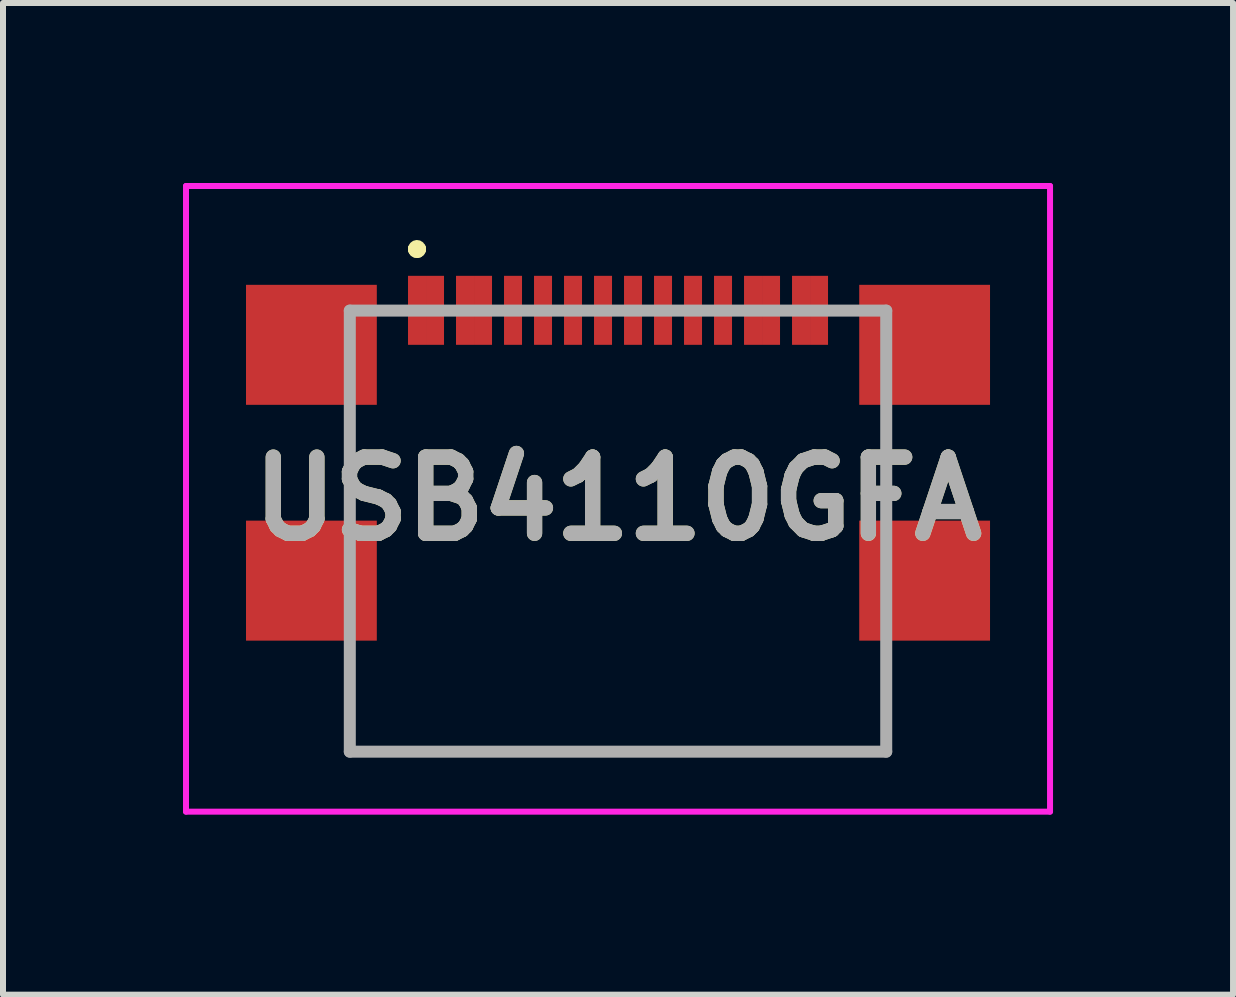
<source format=kicad_pcb>
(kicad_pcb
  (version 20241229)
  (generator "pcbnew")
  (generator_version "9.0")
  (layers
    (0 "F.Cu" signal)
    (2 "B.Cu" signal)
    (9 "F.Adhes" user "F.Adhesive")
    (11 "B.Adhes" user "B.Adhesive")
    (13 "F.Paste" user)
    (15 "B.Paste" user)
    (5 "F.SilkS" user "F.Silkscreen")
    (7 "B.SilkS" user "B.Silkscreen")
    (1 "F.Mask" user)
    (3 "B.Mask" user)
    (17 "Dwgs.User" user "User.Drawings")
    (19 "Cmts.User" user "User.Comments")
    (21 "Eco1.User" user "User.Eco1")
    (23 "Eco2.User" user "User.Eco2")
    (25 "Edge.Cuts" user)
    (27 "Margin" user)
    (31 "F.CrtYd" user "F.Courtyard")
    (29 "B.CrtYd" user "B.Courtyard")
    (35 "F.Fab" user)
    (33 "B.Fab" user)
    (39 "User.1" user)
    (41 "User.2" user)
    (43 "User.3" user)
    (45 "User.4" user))
  (footprint "USB4110GFA"
    (layer "F.Cu")
    (at 7.25 5.8)
    (property "Reference" "USB4110GFA" (at 0 -0.536 0) (layer "F.SilkS") (effects (font (size 1.27 1.27) (thickness 0.254))))
    (attr through_hole)
    (fp_line (start -4.5 -1.5) (end -4.5 -0.75) (stroke (width 0.1) (type solid)) (layer "F.SilkS"))
    (fp_line (start -4.5 -0.75) (end -4.47 -0.75) (stroke (width 0.1) (type solid)) (layer "F.SilkS"))
    (fp_line (start -4.47 -1.5) (end -4.5 -1.5) (stroke (width 0.1) (type solid)) (layer "F.SilkS"))
    (fp_line (start -4.47 -0.75) (end -4.47 -1.5) (stroke (width 0.1) (type solid)) (layer "F.SilkS"))
    (fp_line (start -4.47 2.5) (end -4.47 2.5) (stroke (width 0.1) (type solid)) (layer "F.SilkS"))
    (fp_line (start -4.47 2.5) (end -4.47 3.677) (stroke (width 0.1) (type solid)) (layer "F.SilkS"))
    (fp_line (start -4.47 3.677) (end -4.47 2.5) (stroke (width 0.1) (type solid)) (layer "F.SilkS"))
    (fp_line (start -4.47 3.677) (end -4.47 3.677) (stroke (width 0.1) (type solid)) (layer "F.SilkS"))
    (fp_line (start -4.47 3.677) (end -4.47 3.677) (stroke (width 0.1) (type solid)) (layer "F.SilkS"))
    (fp_line (start -4.47 3.677) (end 4.47 3.677) (stroke (width 0.1) (type solid)) (layer "F.SilkS"))
    (fp_line (start -3.4 -4.7) (end -3.4 -4.7) (stroke (width 0.2) (type solid)) (layer "F.SilkS"))
    (fp_line (start -3.4 -4.7) (end -3.4 -4.7) (stroke (width 0.2) (type solid)) (layer "F.SilkS"))
    (fp_line (start -3.3 -4.7) (end -3.3 -4.7) (stroke (width 0.2) (type solid)) (layer "F.SilkS"))
    (fp_line (start 4.47 -1.75) (end 4.47 -1.75) (stroke (width 0.1) (type solid)) (layer "F.SilkS"))
    (fp_line (start 4.47 -1.75) (end 4.47 -0.75) (stroke (width 0.1) (type solid)) (layer "F.SilkS"))
    (fp_line (start 4.47 -0.75) (end 4.47 -1.75) (stroke (width 0.1) (type solid)) (layer "F.SilkS"))
    (fp_line (start 4.47 -0.75) (end 4.47 -0.75) (stroke (width 0.1) (type solid)) (layer "F.SilkS"))
    (fp_line (start 4.47 2.25) (end 4.47 2.25) (stroke (width 0.1) (type solid)) (layer "F.SilkS"))
    (fp_line (start 4.47 2.25) (end 4.47 3.677) (stroke (width 0.1) (type solid)) (layer "F.SilkS"))
    (fp_line (start 4.47 3.677) (end -4.47 3.677) (stroke (width 0.1) (type solid)) (layer "F.SilkS"))
    (fp_line (start 4.47 3.677) (end 4.47 2.25) (stroke (width 0.1) (type solid)) (layer "F.SilkS"))
    (fp_line (start 4.47 3.677) (end 4.47 3.677) (stroke (width 0.1) (type solid)) (layer "F.SilkS"))
    (fp_line (start 4.47 3.677) (end 4.47 3.677) (stroke (width 0.1) (type solid)) (layer "F.SilkS"))
    (fp_arc (start -3.4 -4.7) (mid -3.35 -4.75) (end -3.3 -4.7) (stroke (width 0.2) (type solid)) (layer "F.SilkS"))
    (fp_arc (start -3.3 -4.7) (mid -3.35 -4.65) (end -3.4 -4.7) (stroke (width 0.2) (type solid)) (layer "F.SilkS"))
    (fp_arc (start -3.3 -4.7) (mid -3.35 -4.65) (end -3.4 -4.7) (stroke (width 0.2) (type solid)) (layer "F.SilkS"))
    (fp_line (start -7.2 -5.75) (end 7.2 -5.75) (stroke (width 0.1) (type solid)) (layer "F.CrtYd"))
    (fp_line (start -7.2 4.677) (end -7.2 -5.75) (stroke (width 0.1) (type solid)) (layer "F.CrtYd"))
    (fp_line (start 7.2 -5.75) (end 7.2 4.677) (stroke (width 0.1) (type solid)) (layer "F.CrtYd"))
    (fp_line (start 7.2 4.677) (end -7.2 4.677) (stroke (width 0.1) (type solid)) (layer "F.CrtYd"))
    (fp_line (start -4.47 -3.673) (end -4.47 3.677) (stroke (width 0.2) (type solid)) (layer "F.Fab"))
    (fp_line (start -4.47 3.677) (end 4.47 3.677) (stroke (width 0.2) (type solid)) (layer "F.Fab"))
    (fp_line (start 4.47 -3.673) (end -4.47 -3.673) (stroke (width 0.2) (type solid)) (layer "F.Fab"))
    (fp_line (start 4.47 3.677) (end 4.47 -3.673) (stroke (width 0.2) (type solid)) (layer "F.Fab"))
    (fp_text user "${REFERENCE}" (at 0 -0.536 0) (layer "F.Fab") (effects (font (size 1.27 1.27) (thickness 0.254))))
    (pad "" np_thru_hole circle (at -2.89 -2.603) (size 0.001 0.001) (drill 0.65) (layers "*.Cu" "*.Mask"))
    (pad "" np_thru_hole circle (at 2.89 -2.603) (size 0.001 0.001) (drill 0.65) (layers "*.Cu" "*.Mask"))
    (pad "A1" smd rect (at -3.35 -3.678) (size 0.3 1.15) (layers "F.Cu" "F.Mask" "F.Paste"))
    (pad "A4" smd rect (at -2.55 -3.678) (size 0.3 1.15) (layers "F.Cu" "F.Mask" "F.Paste"))
    (pad "A5" smd rect (at -1.25 -3.678) (size 0.3 1.15) (layers "F.Cu" "F.Mask" "F.Paste"))
    (pad "A6" smd rect (at -0.25 -3.678) (size 0.3 1.15) (layers "F.Cu" "F.Mask" "F.Paste"))
    (pad "A7" smd rect (at 0.25 -3.678) (size 0.3 1.15) (layers "F.Cu" "F.Mask" "F.Paste"))
    (pad "A8" smd rect (at 1.25 -3.678) (size 0.3 1.15) (layers "F.Cu" "F.Mask" "F.Paste"))
    (pad "A9" smd rect (at 2.55 -3.678) (size 0.3 1.15) (layers "F.Cu" "F.Mask" "F.Paste"))
    (pad "A12" smd rect (at 3.35 -3.678) (size 0.3 1.15) (layers "F.Cu" "F.Mask" "F.Paste"))
    (pad "B1" smd rect (at 3.05 -3.678) (size 0.3 1.15) (layers "F.Cu" "F.Mask" "F.Paste"))
    (pad "B4" smd rect (at 2.25 -3.678) (size 0.3 1.15) (layers "F.Cu" "F.Mask" "F.Paste"))
    (pad "B5" smd rect (at 1.75 -3.678) (size 0.3 1.15) (layers "F.Cu" "F.Mask" "F.Paste"))
    (pad "B6" smd rect (at 0.75 -3.678) (size 0.3 1.15) (layers "F.Cu" "F.Mask" "F.Paste"))
    (pad "B7" smd rect (at -0.75 -3.678) (size 0.3 1.15) (layers "F.Cu" "F.Mask" "F.Paste"))
    (pad "B8" smd rect (at -1.75 -3.678) (size 0.3 1.15) (layers "F.Cu" "F.Mask" "F.Paste"))
    (pad "B9" smd rect (at -2.25 -3.678) (size 0.3 1.15) (layers "F.Cu" "F.Mask" "F.Paste"))
    (pad "B12" smd rect (at -3.05 -3.678) (size 0.3 1.15) (layers "F.Cu" "F.Mask" "F.Paste"))
    (pad "MP1" smd rect (at -5.11 0.827 90) (size 2 2.18) (layers "F.Cu" "F.Mask" "F.Paste"))
    (pad "MP2" smd rect (at 5.11 0.827 90) (size 2 2.18) (layers "F.Cu" "F.Mask" "F.Paste"))
    (pad "MP3" smd rect (at -5.11 -3.103 90) (size 2 2.18) (layers "F.Cu" "F.Mask" "F.Paste"))
    (pad "MP4" smd rect (at 5.11 -3.103 90) (size 2 2.18) (layers "F.Cu" "F.Mask" "F.Paste")))
  (gr_rect
    (start -3 -3)
    (end 17.5 13.527)
    (stroke (width 0.1) (type default))
    (fill no)
    (layer "Edge.Cuts")))
</source>
